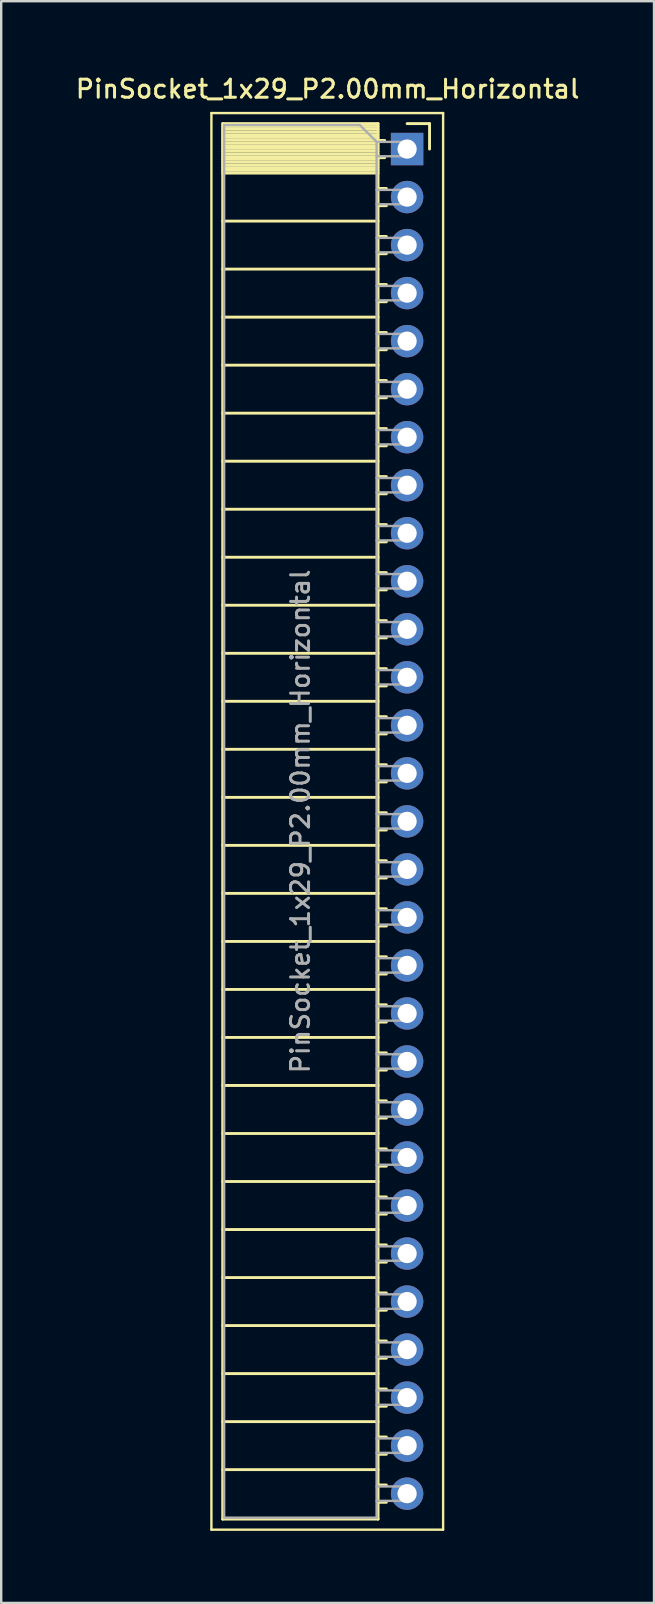
<source format=kicad_pcb>
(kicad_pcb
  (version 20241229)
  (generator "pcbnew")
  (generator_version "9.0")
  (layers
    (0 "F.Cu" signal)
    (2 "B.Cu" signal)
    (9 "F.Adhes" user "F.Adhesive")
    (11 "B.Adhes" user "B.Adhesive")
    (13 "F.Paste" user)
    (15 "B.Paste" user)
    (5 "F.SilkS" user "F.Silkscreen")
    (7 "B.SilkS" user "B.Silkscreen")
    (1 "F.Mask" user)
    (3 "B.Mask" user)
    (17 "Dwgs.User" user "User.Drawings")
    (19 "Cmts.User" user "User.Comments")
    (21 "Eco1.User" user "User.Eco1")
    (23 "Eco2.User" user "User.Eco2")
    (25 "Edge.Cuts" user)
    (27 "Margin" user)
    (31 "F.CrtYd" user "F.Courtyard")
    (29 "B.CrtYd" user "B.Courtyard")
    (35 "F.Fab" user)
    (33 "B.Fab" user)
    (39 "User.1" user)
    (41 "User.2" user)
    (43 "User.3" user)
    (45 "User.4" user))
  (footprint "PinSocket_1x29_P2.00mm_Horizontal"
    (layer "F.Cu")
    (at 13.905 3.158)
    (property "Reference" "PinSocket_1x29_P2.00mm_Horizontal" (at -3.31 -2.5 0) (layer "F.SilkS") (effects (font (size 0.75 0.75) (thickness 0.125))))
    (attr through_hole)
    (fp_line (start -8.15 -1.5) (end -8.15 57.5) (stroke (width 0.1) (type solid)) (layer "F.SilkS"))
    (fp_line (start -8.15 57.5) (end 1.5 57.5) (stroke (width 0.1) (type solid)) (layer "F.SilkS"))
    (fp_line (start -7.68 -1.06) (end -7.68 57.06) (stroke (width 0.12) (type solid)) (layer "F.SilkS"))
    (fp_line (start -7.68 -1.06) (end -1.21 -1.06) (stroke (width 0.12) (type solid)) (layer "F.SilkS"))
    (fp_line (start -7.68 -0.94) (end -1.21 -0.94) (stroke (width 0.12) (type solid)) (layer "F.SilkS"))
    (fp_line (start -7.68 -0.826) (end -1.21 -0.826) (stroke (width 0.12) (type solid)) (layer "F.SilkS"))
    (fp_line (start -7.68 -0.712) (end -1.21 -0.712) (stroke (width 0.12) (type solid)) (layer "F.SilkS"))
    (fp_line (start -7.68 -0.598) (end -1.21 -0.598) (stroke (width 0.12) (type solid)) (layer "F.SilkS"))
    (fp_line (start -7.68 -0.484) (end -1.21 -0.484) (stroke (width 0.12) (type solid)) (layer "F.SilkS"))
    (fp_line (start -7.68 -0.369) (end -1.21 -0.369) (stroke (width 0.12) (type solid)) (layer "F.SilkS"))
    (fp_line (start -7.68 -0.255) (end -1.21 -0.255) (stroke (width 0.12) (type solid)) (layer "F.SilkS"))
    (fp_line (start -7.68 -0.141) (end -1.21 -0.141) (stroke (width 0.12) (type solid)) (layer "F.SilkS"))
    (fp_line (start -7.68 -0.027) (end -1.21 -0.027) (stroke (width 0.12) (type solid)) (layer "F.SilkS"))
    (fp_line (start -7.68 0.087) (end -1.21 0.087) (stroke (width 0.12) (type solid)) (layer "F.SilkS"))
    (fp_line (start -7.68 0.201) (end -1.21 0.201) (stroke (width 0.12) (type solid)) (layer "F.SilkS"))
    (fp_line (start -7.68 0.315) (end -1.21 0.315) (stroke (width 0.12) (type solid)) (layer "F.SilkS"))
    (fp_line (start -7.68 0.429) (end -1.21 0.429) (stroke (width 0.12) (type solid)) (layer "F.SilkS"))
    (fp_line (start -7.68 0.544) (end -1.21 0.544) (stroke (width 0.12) (type solid)) (layer "F.SilkS"))
    (fp_line (start -7.68 0.658) (end -1.21 0.658) (stroke (width 0.12) (type solid)) (layer "F.SilkS"))
    (fp_line (start -7.68 0.772) (end -1.21 0.772) (stroke (width 0.12) (type solid)) (layer "F.SilkS"))
    (fp_line (start -7.68 0.886) (end -1.21 0.886) (stroke (width 0.12) (type solid)) (layer "F.SilkS"))
    (fp_line (start -7.68 1) (end -1.21 1) (stroke (width 0.12) (type solid)) (layer "F.SilkS"))
    (fp_line (start -7.68 3) (end -1.21 3) (stroke (width 0.12) (type solid)) (layer "F.SilkS"))
    (fp_line (start -7.68 5) (end -1.21 5) (stroke (width 0.12) (type solid)) (layer "F.SilkS"))
    (fp_line (start -7.68 7) (end -1.21 7) (stroke (width 0.12) (type solid)) (layer "F.SilkS"))
    (fp_line (start -7.68 9) (end -1.21 9) (stroke (width 0.12) (type solid)) (layer "F.SilkS"))
    (fp_line (start -7.68 11) (end -1.21 11) (stroke (width 0.12) (type solid)) (layer "F.SilkS"))
    (fp_line (start -7.68 13) (end -1.21 13) (stroke (width 0.12) (type solid)) (layer "F.SilkS"))
    (fp_line (start -7.68 15) (end -1.21 15) (stroke (width 0.12) (type solid)) (layer "F.SilkS"))
    (fp_line (start -7.68 17) (end -1.21 17) (stroke (width 0.12) (type solid)) (layer "F.SilkS"))
    (fp_line (start -7.68 19) (end -1.21 19) (stroke (width 0.12) (type solid)) (layer "F.SilkS"))
    (fp_line (start -7.68 21) (end -1.21 21) (stroke (width 0.12) (type solid)) (layer "F.SilkS"))
    (fp_line (start -7.68 23) (end -1.21 23) (stroke (width 0.12) (type solid)) (layer "F.SilkS"))
    (fp_line (start -7.68 25) (end -1.21 25) (stroke (width 0.12) (type solid)) (layer "F.SilkS"))
    (fp_line (start -7.68 27) (end -1.21 27) (stroke (width 0.12) (type solid)) (layer "F.SilkS"))
    (fp_line (start -7.68 29) (end -1.21 29) (stroke (width 0.12) (type solid)) (layer "F.SilkS"))
    (fp_line (start -7.68 31) (end -1.21 31) (stroke (width 0.12) (type solid)) (layer "F.SilkS"))
    (fp_line (start -7.68 33) (end -1.21 33) (stroke (width 0.12) (type solid)) (layer "F.SilkS"))
    (fp_line (start -7.68 35) (end -1.21 35) (stroke (width 0.12) (type solid)) (layer "F.SilkS"))
    (fp_line (start -7.68 37) (end -1.21 37) (stroke (width 0.12) (type solid)) (layer "F.SilkS"))
    (fp_line (start -7.68 39) (end -1.21 39) (stroke (width 0.12) (type solid)) (layer "F.SilkS"))
    (fp_line (start -7.68 41) (end -1.21 41) (stroke (width 0.12) (type solid)) (layer "F.SilkS"))
    (fp_line (start -7.68 43) (end -1.21 43) (stroke (width 0.12) (type solid)) (layer "F.SilkS"))
    (fp_line (start -7.68 45) (end -1.21 45) (stroke (width 0.12) (type solid)) (layer "F.SilkS"))
    (fp_line (start -7.68 47) (end -1.21 47) (stroke (width 0.12) (type solid)) (layer "F.SilkS"))
    (fp_line (start -7.68 49) (end -1.21 49) (stroke (width 0.12) (type solid)) (layer "F.SilkS"))
    (fp_line (start -7.68 51) (end -1.21 51) (stroke (width 0.12) (type solid)) (layer "F.SilkS"))
    (fp_line (start -7.68 53) (end -1.21 53) (stroke (width 0.12) (type solid)) (layer "F.SilkS"))
    (fp_line (start -7.68 55) (end -1.21 55) (stroke (width 0.12) (type solid)) (layer "F.SilkS"))
    (fp_line (start -7.68 57.06) (end -1.21 57.06) (stroke (width 0.12) (type solid)) (layer "F.SilkS"))
    (fp_line (start -1.21 -1.06) (end -1.21 57.06) (stroke (width 0.12) (type solid)) (layer "F.SilkS"))
    (fp_line (start -1.21 -0.36) (end -0.935 -0.36) (stroke (width 0.12) (type solid)) (layer "F.SilkS"))
    (fp_line (start -1.21 0.36) (end -0.935 0.36) (stroke (width 0.12) (type solid)) (layer "F.SilkS"))
    (fp_line (start -1.21 1.64) (end -0.863 1.64) (stroke (width 0.12) (type solid)) (layer "F.SilkS"))
    (fp_line (start -1.21 2.36) (end -0.863 2.36) (stroke (width 0.12) (type solid)) (layer "F.SilkS"))
    (fp_line (start -1.21 3.64) (end -0.863 3.64) (stroke (width 0.12) (type solid)) (layer "F.SilkS"))
    (fp_line (start -1.21 4.36) (end -0.863 4.36) (stroke (width 0.12) (type solid)) (layer "F.SilkS"))
    (fp_line (start -1.21 5.64) (end -0.863 5.64) (stroke (width 0.12) (type solid)) (layer "F.SilkS"))
    (fp_line (start -1.21 6.36) (end -0.863 6.36) (stroke (width 0.12) (type solid)) (layer "F.SilkS"))
    (fp_line (start -1.21 7.64) (end -0.863 7.64) (stroke (width 0.12) (type solid)) (layer "F.SilkS"))
    (fp_line (start -1.21 8.36) (end -0.863 8.36) (stroke (width 0.12) (type solid)) (layer "F.SilkS"))
    (fp_line (start -1.21 9.64) (end -0.863 9.64) (stroke (width 0.12) (type solid)) (layer "F.SilkS"))
    (fp_line (start -1.21 10.36) (end -0.863 10.36) (stroke (width 0.12) (type solid)) (layer "F.SilkS"))
    (fp_line (start -1.21 11.64) (end -0.863 11.64) (stroke (width 0.12) (type solid)) (layer "F.SilkS"))
    (fp_line (start -1.21 12.36) (end -0.863 12.36) (stroke (width 0.12) (type solid)) (layer "F.SilkS"))
    (fp_line (start -1.21 13.64) (end -0.863 13.64) (stroke (width 0.12) (type solid)) (layer "F.SilkS"))
    (fp_line (start -1.21 14.36) (end -0.863 14.36) (stroke (width 0.12) (type solid)) (layer "F.SilkS"))
    (fp_line (start -1.21 15.64) (end -0.863 15.64) (stroke (width 0.12) (type solid)) (layer "F.SilkS"))
    (fp_line (start -1.21 16.36) (end -0.863 16.36) (stroke (width 0.12) (type solid)) (layer "F.SilkS"))
    (fp_line (start -1.21 17.64) (end -0.863 17.64) (stroke (width 0.12) (type solid)) (layer "F.SilkS"))
    (fp_line (start -1.21 18.36) (end -0.863 18.36) (stroke (width 0.12) (type solid)) (layer "F.SilkS"))
    (fp_line (start -1.21 19.64) (end -0.863 19.64) (stroke (width 0.12) (type solid)) (layer "F.SilkS"))
    (fp_line (start -1.21 20.36) (end -0.863 20.36) (stroke (width 0.12) (type solid)) (layer "F.SilkS"))
    (fp_line (start -1.21 21.64) (end -0.863 21.64) (stroke (width 0.12) (type solid)) (layer "F.SilkS"))
    (fp_line (start -1.21 22.36) (end -0.863 22.36) (stroke (width 0.12) (type solid)) (layer "F.SilkS"))
    (fp_line (start -1.21 23.64) (end -0.863 23.64) (stroke (width 0.12) (type solid)) (layer "F.SilkS"))
    (fp_line (start -1.21 24.36) (end -0.863 24.36) (stroke (width 0.12) (type solid)) (layer "F.SilkS"))
    (fp_line (start -1.21 25.64) (end -0.863 25.64) (stroke (width 0.12) (type solid)) (layer "F.SilkS"))
    (fp_line (start -1.21 26.36) (end -0.863 26.36) (stroke (width 0.12) (type solid)) (layer "F.SilkS"))
    (fp_line (start -1.21 27.64) (end -0.863 27.64) (stroke (width 0.12) (type solid)) (layer "F.SilkS"))
    (fp_line (start -1.21 28.36) (end -0.863 28.36) (stroke (width 0.12) (type solid)) (layer "F.SilkS"))
    (fp_line (start -1.21 29.64) (end -0.863 29.64) (stroke (width 0.12) (type solid)) (layer "F.SilkS"))
    (fp_line (start -1.21 30.36) (end -0.863 30.36) (stroke (width 0.12) (type solid)) (layer "F.SilkS"))
    (fp_line (start -1.21 31.64) (end -0.863 31.64) (stroke (width 0.12) (type solid)) (layer "F.SilkS"))
    (fp_line (start -1.21 32.36) (end -0.863 32.36) (stroke (width 0.12) (type solid)) (layer "F.SilkS"))
    (fp_line (start -1.21 33.64) (end -0.863 33.64) (stroke (width 0.12) (type solid)) (layer "F.SilkS"))
    (fp_line (start -1.21 34.36) (end -0.863 34.36) (stroke (width 0.12) (type solid)) (layer "F.SilkS"))
    (fp_line (start -1.21 35.64) (end -0.863 35.64) (stroke (width 0.12) (type solid)) (layer "F.SilkS"))
    (fp_line (start -1.21 36.36) (end -0.863 36.36) (stroke (width 0.12) (type solid)) (layer "F.SilkS"))
    (fp_line (start -1.21 37.64) (end -0.863 37.64) (stroke (width 0.12) (type solid)) (layer "F.SilkS"))
    (fp_line (start -1.21 38.36) (end -0.863 38.36) (stroke (width 0.12) (type solid)) (layer "F.SilkS"))
    (fp_line (start -1.21 39.64) (end -0.863 39.64) (stroke (width 0.12) (type solid)) (layer "F.SilkS"))
    (fp_line (start -1.21 40.36) (end -0.863 40.36) (stroke (width 0.12) (type solid)) (layer "F.SilkS"))
    (fp_line (start -1.21 41.64) (end -0.863 41.64) (stroke (width 0.12) (type solid)) (layer "F.SilkS"))
    (fp_line (start -1.21 42.36) (end -0.863 42.36) (stroke (width 0.12) (type solid)) (layer "F.SilkS"))
    (fp_line (start -1.21 43.64) (end -0.863 43.64) (stroke (width 0.12) (type solid)) (layer "F.SilkS"))
    (fp_line (start -1.21 44.36) (end -0.863 44.36) (stroke (width 0.12) (type solid)) (layer "F.SilkS"))
    (fp_line (start -1.21 45.64) (end -0.863 45.64) (stroke (width 0.12) (type solid)) (layer "F.SilkS"))
    (fp_line (start -1.21 46.36) (end -0.863 46.36) (stroke (width 0.12) (type solid)) (layer "F.SilkS"))
    (fp_line (start -1.21 47.64) (end -0.863 47.64) (stroke (width 0.12) (type solid)) (layer "F.SilkS"))
    (fp_line (start -1.21 48.36) (end -0.863 48.36) (stroke (width 0.12) (type solid)) (layer "F.SilkS"))
    (fp_line (start -1.21 49.64) (end -0.863 49.64) (stroke (width 0.12) (type solid)) (layer "F.SilkS"))
    (fp_line (start -1.21 50.36) (end -0.863 50.36) (stroke (width 0.12) (type solid)) (layer "F.SilkS"))
    (fp_line (start -1.21 51.64) (end -0.863 51.64) (stroke (width 0.12) (type solid)) (layer "F.SilkS"))
    (fp_line (start -1.21 52.36) (end -0.863 52.36) (stroke (width 0.12) (type solid)) (layer "F.SilkS"))
    (fp_line (start -1.21 53.64) (end -0.863 53.64) (stroke (width 0.12) (type solid)) (layer "F.SilkS"))
    (fp_line (start -1.21 54.36) (end -0.863 54.36) (stroke (width 0.12) (type solid)) (layer "F.SilkS"))
    (fp_line (start -1.21 55.64) (end -0.863 55.64) (stroke (width 0.12) (type solid)) (layer "F.SilkS"))
    (fp_line (start -1.21 56.36) (end -0.863 56.36) (stroke (width 0.12) (type solid)) (layer "F.SilkS"))
    (fp_line (start 0 -1.06) (end 0.935 -1.06) (stroke (width 0.12) (type solid)) (layer "F.SilkS"))
    (fp_line (start 0.935 -1.06) (end 0.935 0) (stroke (width 0.12) (type solid)) (layer "F.SilkS"))
    (fp_line (start 1.5 -1.5) (end -8.15 -1.5) (stroke (width 0.1) (type solid)) (layer "F.SilkS"))
    (fp_line (start 1.5 57.5) (end 1.5 -1.5) (stroke (width 0.1) (type solid)) (layer "F.SilkS"))
    (fp_line (start -7.62 -1) (end -1.97 -1) (stroke (width 0.1) (type solid)) (layer "F.Fab"))
    (fp_line (start -7.62 57) (end -7.62 -1) (stroke (width 0.1) (type solid)) (layer "F.Fab"))
    (fp_line (start -1.97 -1) (end -1.27 -0.3) (stroke (width 0.1) (type solid)) (layer "F.Fab"))
    (fp_line (start -1.27 -0.3) (end -1.27 57) (stroke (width 0.1) (type solid)) (layer "F.Fab"))
    (fp_line (start -1.27 0.3) (end 0 0.3) (stroke (width 0.1) (type solid)) (layer "F.Fab"))
    (fp_line (start -1.27 2.3) (end 0 2.3) (stroke (width 0.1) (type solid)) (layer "F.Fab"))
    (fp_line (start -1.27 4.3) (end 0 4.3) (stroke (width 0.1) (type solid)) (layer "F.Fab"))
    (fp_line (start -1.27 6.3) (end 0 6.3) (stroke (width 0.1) (type solid)) (layer "F.Fab"))
    (fp_line (start -1.27 8.3) (end 0 8.3) (stroke (width 0.1) (type solid)) (layer "F.Fab"))
    (fp_line (start -1.27 10.3) (end 0 10.3) (stroke (width 0.1) (type solid)) (layer "F.Fab"))
    (fp_line (start -1.27 12.3) (end 0 12.3) (stroke (width 0.1) (type solid)) (layer "F.Fab"))
    (fp_line (start -1.27 14.3) (end 0 14.3) (stroke (width 0.1) (type solid)) (layer "F.Fab"))
    (fp_line (start -1.27 16.3) (end 0 16.3) (stroke (width 0.1) (type solid)) (layer "F.Fab"))
    (fp_line (start -1.27 18.3) (end 0 18.3) (stroke (width 0.1) (type solid)) (layer "F.Fab"))
    (fp_line (start -1.27 20.3) (end 0 20.3) (stroke (width 0.1) (type solid)) (layer "F.Fab"))
    (fp_line (start -1.27 22.3) (end 0 22.3) (stroke (width 0.1) (type solid)) (layer "F.Fab"))
    (fp_line (start -1.27 24.3) (end 0 24.3) (stroke (width 0.1) (type solid)) (layer "F.Fab"))
    (fp_line (start -1.27 26.3) (end 0 26.3) (stroke (width 0.1) (type solid)) (layer "F.Fab"))
    (fp_line (start -1.27 28.3) (end 0 28.3) (stroke (width 0.1) (type solid)) (layer "F.Fab"))
    (fp_line (start -1.27 30.3) (end 0 30.3) (stroke (width 0.1) (type solid)) (layer "F.Fab"))
    (fp_line (start -1.27 32.3) (end 0 32.3) (stroke (width 0.1) (type solid)) (layer "F.Fab"))
    (fp_line (start -1.27 34.3) (end 0 34.3) (stroke (width 0.1) (type solid)) (layer "F.Fab"))
    (fp_line (start -1.27 36.3) (end 0 36.3) (stroke (width 0.1) (type solid)) (layer "F.Fab"))
    (fp_line (start -1.27 38.3) (end 0 38.3) (stroke (width 0.1) (type solid)) (layer "F.Fab"))
    (fp_line (start -1.27 40.3) (end 0 40.3) (stroke (width 0.1) (type solid)) (layer "F.Fab"))
    (fp_line (start -1.27 42.3) (end 0 42.3) (stroke (width 0.1) (type solid)) (layer "F.Fab"))
    (fp_line (start -1.27 44.3) (end 0 44.3) (stroke (width 0.1) (type solid)) (layer "F.Fab"))
    (fp_line (start -1.27 46.3) (end 0 46.3) (stroke (width 0.1) (type solid)) (layer "F.Fab"))
    (fp_line (start -1.27 48.3) (end 0 48.3) (stroke (width 0.1) (type solid)) (layer "F.Fab"))
    (fp_line (start -1.27 50.3) (end 0 50.3) (stroke (width 0.1) (type solid)) (layer "F.Fab"))
    (fp_line (start -1.27 52.3) (end 0 52.3) (stroke (width 0.1) (type solid)) (layer "F.Fab"))
    (fp_line (start -1.27 54.3) (end 0 54.3) (stroke (width 0.1) (type solid)) (layer "F.Fab"))
    (fp_line (start -1.27 56.3) (end 0 56.3) (stroke (width 0.1) (type solid)) (layer "F.Fab"))
    (fp_line (start -1.27 57) (end -7.62 57) (stroke (width 0.1) (type solid)) (layer "F.Fab"))
    (fp_line (start 0 -0.3) (end -1.27 -0.3) (stroke (width 0.1) (type solid)) (layer "F.Fab"))
    (fp_line (start 0 0.3) (end 0 -0.3) (stroke (width 0.1) (type solid)) (layer "F.Fab"))
    (fp_line (start 0 1.7) (end -1.27 1.7) (stroke (width 0.1) (type solid)) (layer "F.Fab"))
    (fp_line (start 0 2.3) (end 0 1.7) (stroke (width 0.1) (type solid)) (layer "F.Fab"))
    (fp_line (start 0 3.7) (end -1.27 3.7) (stroke (width 0.1) (type solid)) (layer "F.Fab"))
    (fp_line (start 0 4.3) (end 0 3.7) (stroke (width 0.1) (type solid)) (layer "F.Fab"))
    (fp_line (start 0 5.7) (end -1.27 5.7) (stroke (width 0.1) (type solid)) (layer "F.Fab"))
    (fp_line (start 0 6.3) (end 0 5.7) (stroke (width 0.1) (type solid)) (layer "F.Fab"))
    (fp_line (start 0 7.7) (end -1.27 7.7) (stroke (width 0.1) (type solid)) (layer "F.Fab"))
    (fp_line (start 0 8.3) (end 0 7.7) (stroke (width 0.1) (type solid)) (layer "F.Fab"))
    (fp_line (start 0 9.7) (end -1.27 9.7) (stroke (width 0.1) (type solid)) (layer "F.Fab"))
    (fp_line (start 0 10.3) (end 0 9.7) (stroke (width 0.1) (type solid)) (layer "F.Fab"))
    (fp_line (start 0 11.7) (end -1.27 11.7) (stroke (width 0.1) (type solid)) (layer "F.Fab"))
    (fp_line (start 0 12.3) (end 0 11.7) (stroke (width 0.1) (type solid)) (layer "F.Fab"))
    (fp_line (start 0 13.7) (end -1.27 13.7) (stroke (width 0.1) (type solid)) (layer "F.Fab"))
    (fp_line (start 0 14.3) (end 0 13.7) (stroke (width 0.1) (type solid)) (layer "F.Fab"))
    (fp_line (start 0 15.7) (end -1.27 15.7) (stroke (width 0.1) (type solid)) (layer "F.Fab"))
    (fp_line (start 0 16.3) (end 0 15.7) (stroke (width 0.1) (type solid)) (layer "F.Fab"))
    (fp_line (start 0 17.7) (end -1.27 17.7) (stroke (width 0.1) (type solid)) (layer "F.Fab"))
    (fp_line (start 0 18.3) (end 0 17.7) (stroke (width 0.1) (type solid)) (layer "F.Fab"))
    (fp_line (start 0 19.7) (end -1.27 19.7) (stroke (width 0.1) (type solid)) (layer "F.Fab"))
    (fp_line (start 0 20.3) (end 0 19.7) (stroke (width 0.1) (type solid)) (layer "F.Fab"))
    (fp_line (start 0 21.7) (end -1.27 21.7) (stroke (width 0.1) (type solid)) (layer "F.Fab"))
    (fp_line (start 0 22.3) (end 0 21.7) (stroke (width 0.1) (type solid)) (layer "F.Fab"))
    (fp_line (start 0 23.7) (end -1.27 23.7) (stroke (width 0.1) (type solid)) (layer "F.Fab"))
    (fp_line (start 0 24.3) (end 0 23.7) (stroke (width 0.1) (type solid)) (layer "F.Fab"))
    (fp_line (start 0 25.7) (end -1.27 25.7) (stroke (width 0.1) (type solid)) (layer "F.Fab"))
    (fp_line (start 0 26.3) (end 0 25.7) (stroke (width 0.1) (type solid)) (layer "F.Fab"))
    (fp_line (start 0 27.7) (end -1.27 27.7) (stroke (width 0.1) (type solid)) (layer "F.Fab"))
    (fp_line (start 0 28.3) (end 0 27.7) (stroke (width 0.1) (type solid)) (layer "F.Fab"))
    (fp_line (start 0 29.7) (end -1.27 29.7) (stroke (width 0.1) (type solid)) (layer "F.Fab"))
    (fp_line (start 0 30.3) (end 0 29.7) (stroke (width 0.1) (type solid)) (layer "F.Fab"))
    (fp_line (start 0 31.7) (end -1.27 31.7) (stroke (width 0.1) (type solid)) (layer "F.Fab"))
    (fp_line (start 0 32.3) (end 0 31.7) (stroke (width 0.1) (type solid)) (layer "F.Fab"))
    (fp_line (start 0 33.7) (end -1.27 33.7) (stroke (width 0.1) (type solid)) (layer "F.Fab"))
    (fp_line (start 0 34.3) (end 0 33.7) (stroke (width 0.1) (type solid)) (layer "F.Fab"))
    (fp_line (start 0 35.7) (end -1.27 35.7) (stroke (width 0.1) (type solid)) (layer "F.Fab"))
    (fp_line (start 0 36.3) (end 0 35.7) (stroke (width 0.1) (type solid)) (layer "F.Fab"))
    (fp_line (start 0 37.7) (end -1.27 37.7) (stroke (width 0.1) (type solid)) (layer "F.Fab"))
    (fp_line (start 0 38.3) (end 0 37.7) (stroke (width 0.1) (type solid)) (layer "F.Fab"))
    (fp_line (start 0 39.7) (end -1.27 39.7) (stroke (width 0.1) (type solid)) (layer "F.Fab"))
    (fp_line (start 0 40.3) (end 0 39.7) (stroke (width 0.1) (type solid)) (layer "F.Fab"))
    (fp_line (start 0 41.7) (end -1.27 41.7) (stroke (width 0.1) (type solid)) (layer "F.Fab"))
    (fp_line (start 0 42.3) (end 0 41.7) (stroke (width 0.1) (type solid)) (layer "F.Fab"))
    (fp_line (start 0 43.7) (end -1.27 43.7) (stroke (width 0.1) (type solid)) (layer "F.Fab"))
    (fp_line (start 0 44.3) (end 0 43.7) (stroke (width 0.1) (type solid)) (layer "F.Fab"))
    (fp_line (start 0 45.7) (end -1.27 45.7) (stroke (width 0.1) (type solid)) (layer "F.Fab"))
    (fp_line (start 0 46.3) (end 0 45.7) (stroke (width 0.1) (type solid)) (layer "F.Fab"))
    (fp_line (start 0 47.7) (end -1.27 47.7) (stroke (width 0.1) (type solid)) (layer "F.Fab"))
    (fp_line (start 0 48.3) (end 0 47.7) (stroke (width 0.1) (type solid)) (layer "F.Fab"))
    (fp_line (start 0 49.7) (end -1.27 49.7) (stroke (width 0.1) (type solid)) (layer "F.Fab"))
    (fp_line (start 0 50.3) (end 0 49.7) (stroke (width 0.1) (type solid)) (layer "F.Fab"))
    (fp_line (start 0 51.7) (end -1.27 51.7) (stroke (width 0.1) (type solid)) (layer "F.Fab"))
    (fp_line (start 0 52.3) (end 0 51.7) (stroke (width 0.1) (type solid)) (layer "F.Fab"))
    (fp_line (start 0 53.7) (end -1.27 53.7) (stroke (width 0.1) (type solid)) (layer "F.Fab"))
    (fp_line (start 0 54.3) (end 0 53.7) (stroke (width 0.1) (type solid)) (layer "F.Fab"))
    (fp_line (start 0 55.7) (end -1.27 55.7) (stroke (width 0.1) (type solid)) (layer "F.Fab"))
    (fp_line (start 0 56.3) (end 0 55.7) (stroke (width 0.1) (type solid)) (layer "F.Fab"))
    (fp_text user "${REFERENCE}" (at -4.445 28 90) (layer "F.Fab") (effects (font (size 0.75 0.75) (thickness 0.125))))
    (pad "1" thru_hole rect (at 0 0) (size 1.35 1.35) (drill 0.8) (layers "*.Cu" "*.Mask"))
    (pad "2" thru_hole oval (at 0 2) (size 1.35 1.35) (drill 0.8) (layers "*.Cu" "*.Mask"))
    (pad "3" thru_hole oval (at 0 4) (size 1.35 1.35) (drill 0.8) (layers "*.Cu" "*.Mask"))
    (pad "4" thru_hole oval (at 0 6) (size 1.35 1.35) (drill 0.8) (layers "*.Cu" "*.Mask"))
    (pad "5" thru_hole oval (at 0 8) (size 1.35 1.35) (drill 0.8) (layers "*.Cu" "*.Mask"))
    (pad "6" thru_hole oval (at 0 10) (size 1.35 1.35) (drill 0.8) (layers "*.Cu" "*.Mask"))
    (pad "7" thru_hole oval (at 0 12) (size 1.35 1.35) (drill 0.8) (layers "*.Cu" "*.Mask"))
    (pad "8" thru_hole oval (at 0 14) (size 1.35 1.35) (drill 0.8) (layers "*.Cu" "*.Mask"))
    (pad "9" thru_hole oval (at 0 16) (size 1.35 1.35) (drill 0.8) (layers "*.Cu" "*.Mask"))
    (pad "10" thru_hole oval (at 0 18) (size 1.35 1.35) (drill 0.8) (layers "*.Cu" "*.Mask"))
    (pad "11" thru_hole oval (at 0 20) (size 1.35 1.35) (drill 0.8) (layers "*.Cu" "*.Mask"))
    (pad "12" thru_hole oval (at 0 22) (size 1.35 1.35) (drill 0.8) (layers "*.Cu" "*.Mask"))
    (pad "13" thru_hole oval (at 0 24) (size 1.35 1.35) (drill 0.8) (layers "*.Cu" "*.Mask"))
    (pad "14" thru_hole oval (at 0 26) (size 1.35 1.35) (drill 0.8) (layers "*.Cu" "*.Mask"))
    (pad "15" thru_hole oval (at 0 28) (size 1.35 1.35) (drill 0.8) (layers "*.Cu" "*.Mask"))
    (pad "16" thru_hole oval (at 0 30) (size 1.35 1.35) (drill 0.8) (layers "*.Cu" "*.Mask"))
    (pad "17" thru_hole oval (at 0 32) (size 1.35 1.35) (drill 0.8) (layers "*.Cu" "*.Mask"))
    (pad "18" thru_hole oval (at 0 34) (size 1.35 1.35) (drill 0.8) (layers "*.Cu" "*.Mask"))
    (pad "19" thru_hole oval (at 0 36) (size 1.35 1.35) (drill 0.8) (layers "*.Cu" "*.Mask"))
    (pad "20" thru_hole oval (at 0 38) (size 1.35 1.35) (drill 0.8) (layers "*.Cu" "*.Mask"))
    (pad "21" thru_hole oval (at 0 40) (size 1.35 1.35) (drill 0.8) (layers "*.Cu" "*.Mask"))
    (pad "22" thru_hole oval (at 0 42) (size 1.35 1.35) (drill 0.8) (layers "*.Cu" "*.Mask"))
    (pad "23" thru_hole oval (at 0 44) (size 1.35 1.35) (drill 0.8) (layers "*.Cu" "*.Mask"))
    (pad "24" thru_hole oval (at 0 46) (size 1.35 1.35) (drill 0.8) (layers "*.Cu" "*.Mask"))
    (pad "25" thru_hole oval (at 0 48) (size 1.35 1.35) (drill 0.8) (layers "*.Cu" "*.Mask"))
    (pad "26" thru_hole oval (at 0 50) (size 1.35 1.35) (drill 0.8) (layers "*.Cu" "*.Mask"))
    (pad "27" thru_hole oval (at 0 52) (size 1.35 1.35) (drill 0.8) (layers "*.Cu" "*.Mask"))
    (pad "28" thru_hole oval (at 0 54) (size 1.35 1.35) (drill 0.8) (layers "*.Cu" "*.Mask"))
    (pad "29" thru_hole oval (at 0 56) (size 1.35 1.35) (drill 0.8) (layers "*.Cu" "*.Mask")))
  (gr_rect
    (start -3 -3)
    (end 24.189 63.708)
    (stroke (width 0.1) (type default))
    (fill no)
    (layer "Edge.Cuts")))
</source>
